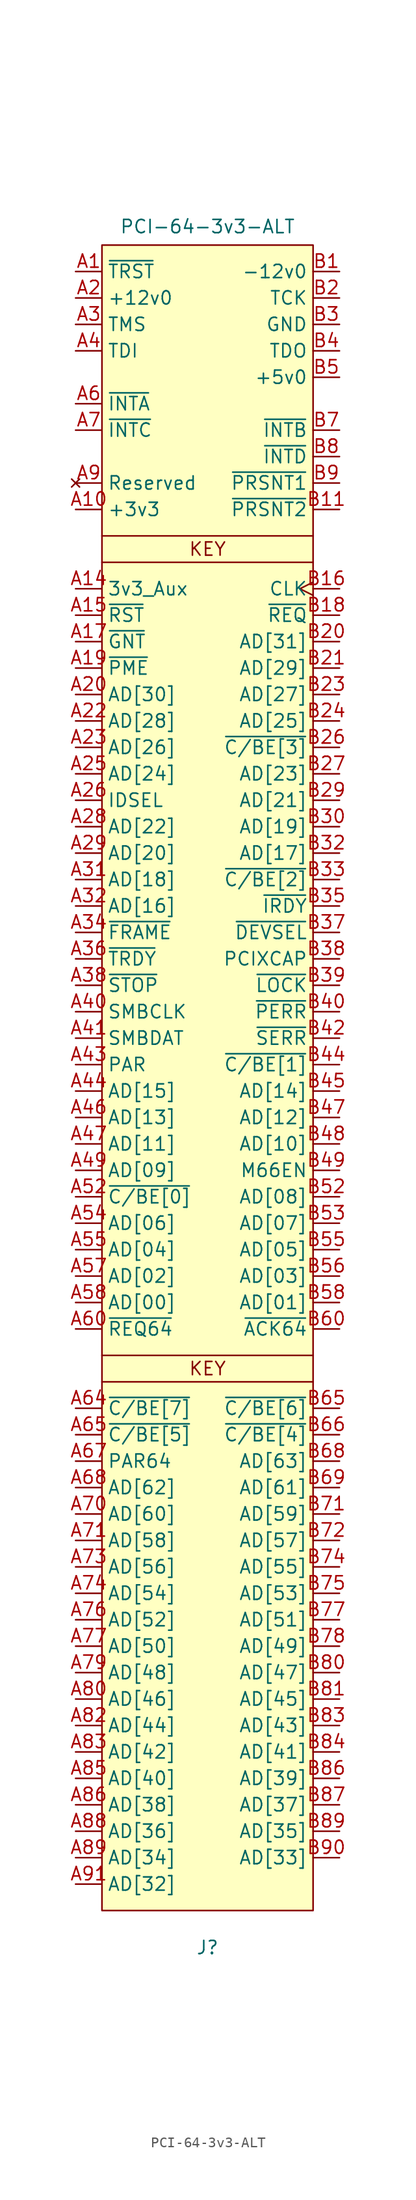
<source format=kicad_sym>
(kicad_symbol_lib
  (version 20241209)
  (generator "kicad_symbol_editor")
  (generator_version "9.0")
  (symbol "PCI-64-3v3-ALT"
    (property "Reference" "J"
      (at 0 -134.366 0)
      (effects (font (size 1.27 1.27))))
    (property "Value" "PCI-64-3v3-ALT"
      (at 0 30.988 0)
      (effects (font (size 1.27 1.27))))
    (symbol "PCI-64-3v3-ALT_1_1"
      (rectangle (start -10.16 29.21) (end 10.16 -130.81) (stroke (width 0) (type solid)) (fill (type background)))
      (polyline (pts (xy -10.16 1.27) (xy 10.16 1.27)) (stroke (width 0) (type default)) (fill (type none)))
      (polyline (pts (xy -10.16 -1.27) (xy 10.16 -1.27)) (stroke (width 0) (type default)) (fill (type none)))
      (polyline (pts (xy -10.16 -77.47) (xy 10.16 -77.47)) (stroke (width 0) (type default)) (fill (type none)))
      (polyline (pts (xy -10.16 -80.01) (xy 10.16 -80.01)) (stroke (width 0) (type default)) (fill (type none)))
      (text "KEY" (at 0 0 0) (effects (font (size 1.27 1.27))))
      (text "KEY" (at 0 -78.74 0) (effects (font (size 1.27 1.27))))
      (pin input line (at -12.7 26.67 0) (length 2.54) (name "~{TRST}" (effects (font (size 1.27 1.27)))) (number "A1" (effects (font (size 1.27 1.27)))))
      (pin power_in line (at -12.7 24.13 0) (length 2.54) (name "+12v0" (effects (font (size 1.27 1.27)))) (number "A2" (effects (font (size 1.27 1.27)))))
      (pin input line (at -12.7 21.59 0) (length 2.54) (name "TMS" (effects (font (size 1.27 1.27)))) (number "A3" (effects (font (size 1.27 1.27)))))
      (pin input line (at -12.7 19.05 0) (length 2.54) (name "TDI" (effects (font (size 1.27 1.27)))) (number "A4" (effects (font (size 1.27 1.27)))))
      (pin open_emitter line (at -12.7 13.97 0) (length 2.54) (name "~{INTA}" (effects (font (size 1.27 1.27)))) (number "A6" (effects (font (size 1.27 1.27)))))
      (pin open_emitter line (at -12.7 11.43 0) (length 2.54) (name "~{INTC}" (effects (font (size 1.27 1.27)))) (number "A7" (effects (font (size 1.27 1.27)))))
      (pin passive line (at -12.7 6.35 0) (length 2.54) (hide yes) (name "Reserved" (effects (font (size 1.27 1.27)))) (number "A11" (effects (font (size 1.27 1.27)))))
      (pin no_connect line (at -12.7 6.35 0) (length 2.54) (name "Reserved" (effects (font (size 1.27 1.27)))) (number "A9" (effects (font (size 1.27 1.27)))))
      (pin passive line (at -12.7 6.35 0) (length 2.54) (hide yes) (name "Reserved" (effects (font (size 1.27 1.27)))) (number "A92" (effects (font (size 1.27 1.27)))))
      (pin passive line (at -12.7 6.35 0) (length 2.54) (hide yes) (name "Reserved" (effects (font (size 1.27 1.27)))) (number "A94" (effects (font (size 1.27 1.27)))))
      (pin passive line (at -12.7 6.35 0) (length 2.54) (hide yes) (name "Reserved" (effects (font (size 1.27 1.27)))) (number "B10" (effects (font (size 1.27 1.27)))))
      (pin passive line (at -12.7 6.35 0) (length 2.54) (hide yes) (name "Reserved" (effects (font (size 1.27 1.27)))) (number "B14" (effects (font (size 1.27 1.27)))))
      (pin passive line (at -12.7 6.35 0) (length 2.54) (hide yes) (name "Reserved" (effects (font (size 1.27 1.27)))) (number "B63" (effects (font (size 1.27 1.27)))))
      (pin passive line (at -12.7 6.35 0) (length 2.54) (hide yes) (name "Reserved" (effects (font (size 1.27 1.27)))) (number "B92" (effects (font (size 1.27 1.27)))))
      (pin passive line (at -12.7 6.35 0) (length 2.54) (hide yes) (name "Reserved" (effects (font (size 1.27 1.27)))) (number "B93" (effects (font (size 1.27 1.27)))))
      (pin power_in line (at -12.7 3.81 0) (length 2.54) (name "+3v3" (effects (font (size 1.27 1.27)))) (number "A10" (effects (font (size 1.27 1.27)))))
      (pin passive line (at -12.7 3.81 0) (length 2.54) (hide yes) (name "+3v3" (effects (font (size 1.27 1.27)))) (number "A16" (effects (font (size 1.27 1.27)))))
      (pin passive line (at -12.7 3.81 0) (length 2.54) (hide yes) (name "+3v3" (effects (font (size 1.27 1.27)))) (number "A21" (effects (font (size 1.27 1.27)))))
      (pin passive line (at -12.7 3.81 0) (length 2.54) (hide yes) (name "+3v3" (effects (font (size 1.27 1.27)))) (number "A27" (effects (font (size 1.27 1.27)))))
      (pin passive line (at -12.7 3.81 0) (length 2.54) (hide yes) (name "+3v3" (effects (font (size 1.27 1.27)))) (number "A33" (effects (font (size 1.27 1.27)))))
      (pin passive line (at -12.7 3.81 0) (length 2.54) (hide yes) (name "+3v3" (effects (font (size 1.27 1.27)))) (number "A39" (effects (font (size 1.27 1.27)))))
      (pin passive line (at -12.7 3.81 0) (length 2.54) (hide yes) (name "+3v3" (effects (font (size 1.27 1.27)))) (number "A45" (effects (font (size 1.27 1.27)))))
      (pin passive line (at -12.7 3.81 0) (length 2.54) (hide yes) (name "+3v3" (effects (font (size 1.27 1.27)))) (number "A53" (effects (font (size 1.27 1.27)))))
      (pin passive line (at -12.7 3.81 0) (length 2.54) (hide yes) (name "+3v3" (effects (font (size 1.27 1.27)))) (number "A59" (effects (font (size 1.27 1.27)))))
      (pin passive line (at -12.7 3.81 0) (length 2.54) (hide yes) (name "+3v3" (effects (font (size 1.27 1.27)))) (number "A66" (effects (font (size 1.27 1.27)))))
      (pin passive line (at -12.7 3.81 0) (length 2.54) (hide yes) (name "+3v3" (effects (font (size 1.27 1.27)))) (number "A75" (effects (font (size 1.27 1.27)))))
      (pin passive line (at -12.7 3.81 0) (length 2.54) (hide yes) (name "+3v3" (effects (font (size 1.27 1.27)))) (number "A84" (effects (font (size 1.27 1.27)))))
      (pin passive line (at -12.7 3.81 0) (length 2.54) (hide yes) (name "+3v3" (effects (font (size 1.27 1.27)))) (number "B19" (effects (font (size 1.27 1.27)))))
      (pin passive line (at -12.7 3.81 0) (length 2.54) (hide yes) (name "+3v3" (effects (font (size 1.27 1.27)))) (number "B25" (effects (font (size 1.27 1.27)))))
      (pin passive line (at -12.7 3.81 0) (length 2.54) (hide yes) (name "+3v3" (effects (font (size 1.27 1.27)))) (number "B31" (effects (font (size 1.27 1.27)))))
      (pin passive line (at -12.7 3.81 0) (length 2.54) (hide yes) (name "+3v3" (effects (font (size 1.27 1.27)))) (number "B36" (effects (font (size 1.27 1.27)))))
      (pin passive line (at -12.7 3.81 0) (length 2.54) (hide yes) (name "+3v3" (effects (font (size 1.27 1.27)))) (number "B41" (effects (font (size 1.27 1.27)))))
      (pin passive line (at -12.7 3.81 0) (length 2.54) (hide yes) (name "+3v3" (effects (font (size 1.27 1.27)))) (number "B43" (effects (font (size 1.27 1.27)))))
      (pin passive line (at -12.7 3.81 0) (length 2.54) (hide yes) (name "+3v3" (effects (font (size 1.27 1.27)))) (number "B54" (effects (font (size 1.27 1.27)))))
      (pin passive line (at -12.7 3.81 0) (length 2.54) (hide yes) (name "+3v3" (effects (font (size 1.27 1.27)))) (number "B59" (effects (font (size 1.27 1.27)))))
      (pin passive line (at -12.7 3.81 0) (length 2.54) (hide yes) (name "+3v3" (effects (font (size 1.27 1.27)))) (number "B70" (effects (font (size 1.27 1.27)))))
      (pin passive line (at -12.7 3.81 0) (length 2.54) (hide yes) (name "+3v3" (effects (font (size 1.27 1.27)))) (number "B79" (effects (font (size 1.27 1.27)))))
      (pin passive line (at -12.7 3.81 0) (length 2.54) (hide yes) (name "+3v3" (effects (font (size 1.27 1.27)))) (number "B88" (effects (font (size 1.27 1.27)))))
      (pin power_in line (at -12.7 -3.81 0) (length 2.54) (name "3v3_Aux" (effects (font (size 1.27 1.27)))) (number "A14" (effects (font (size 1.27 1.27)))))
      (pin input line (at -12.7 -6.35 0) (length 2.54) (name "~{RST}" (effects (font (size 1.27 1.27)))) (number "A15" (effects (font (size 1.27 1.27)))))
      (pin tri_state line (at -12.7 -8.89 0) (length 2.54) (name "~{GNT}" (effects (font (size 1.27 1.27)))) (number "A17" (effects (font (size 1.27 1.27)))))
      (pin open_emitter line (at -12.7 -11.43 0) (length 2.54) (name "~{PME}" (effects (font (size 1.27 1.27)))) (number "A19" (effects (font (size 1.27 1.27)))))
      (pin tri_state line (at -12.7 -13.97 0) (length 2.54) (name "AD[30]" (effects (font (size 1.27 1.27)))) (number "A20" (effects (font (size 1.27 1.27)))))
      (pin tri_state line (at -12.7 -16.51 0) (length 2.54) (name "AD[28]" (effects (font (size 1.27 1.27)))) (number "A22" (effects (font (size 1.27 1.27)))))
      (pin tri_state line (at -12.7 -19.05 0) (length 2.54) (name "AD[26]" (effects (font (size 1.27 1.27)))) (number "A23" (effects (font (size 1.27 1.27)))))
      (pin tri_state line (at -12.7 -21.59 0) (length 2.54) (name "AD[24]" (effects (font (size 1.27 1.27)))) (number "A25" (effects (font (size 1.27 1.27)))))
      (pin input line (at -12.7 -24.13 0) (length 2.54) (name "IDSEL" (effects (font (size 1.27 1.27)))) (number "A26" (effects (font (size 1.27 1.27)))))
      (pin tri_state line (at -12.7 -26.67 0) (length 2.54) (name "AD[22]" (effects (font (size 1.27 1.27)))) (number "A28" (effects (font (size 1.27 1.27)))))
      (pin tri_state line (at -12.7 -29.21 0) (length 2.54) (name "AD[20]" (effects (font (size 1.27 1.27)))) (number "A29" (effects (font (size 1.27 1.27)))))
      (pin tri_state line (at -12.7 -31.75 0) (length 2.54) (name "AD[18]" (effects (font (size 1.27 1.27)))) (number "A31" (effects (font (size 1.27 1.27)))))
      (pin tri_state line (at -12.7 -34.29 0) (length 2.54) (name "AD[16]" (effects (font (size 1.27 1.27)))) (number "A32" (effects (font (size 1.27 1.27)))))
      (pin tri_state line (at -12.7 -36.83 0) (length 2.54) (name "~{FRAME}" (effects (font (size 1.27 1.27)))) (number "A34" (effects (font (size 1.27 1.27)))))
      (pin tri_state line (at -12.7 -39.37 0) (length 2.54) (name "~{TRDY}" (effects (font (size 1.27 1.27)))) (number "A36" (effects (font (size 1.27 1.27)))))
      (pin tri_state line (at -12.7 -41.91 0) (length 2.54) (name "~{STOP}" (effects (font (size 1.27 1.27)))) (number "A38" (effects (font (size 1.27 1.27)))))
      (pin open_emitter line (at -12.7 -44.45 0) (length 2.54) (name "SMBCLK" (effects (font (size 1.27 1.27)))) (number "A40" (effects (font (size 1.27 1.27)))))
      (pin open_emitter line (at -12.7 -46.99 0) (length 2.54) (name "SMBDAT" (effects (font (size 1.27 1.27)))) (number "A41" (effects (font (size 1.27 1.27)))))
      (pin tri_state line (at -12.7 -49.53 0) (length 2.54) (name "PAR" (effects (font (size 1.27 1.27)))) (number "A43" (effects (font (size 1.27 1.27)))))
      (pin tri_state line (at -12.7 -52.07 0) (length 2.54) (name "AD[15]" (effects (font (size 1.27 1.27)))) (number "A44" (effects (font (size 1.27 1.27)))))
      (pin tri_state line (at -12.7 -54.61 0) (length 2.54) (name "AD[13]" (effects (font (size 1.27 1.27)))) (number "A46" (effects (font (size 1.27 1.27)))))
      (pin tri_state line (at -12.7 -57.15 0) (length 2.54) (name "AD[11]" (effects (font (size 1.27 1.27)))) (number "A47" (effects (font (size 1.27 1.27)))))
      (pin tri_state line (at -12.7 -59.69 0) (length 2.54) (name "AD[09]" (effects (font (size 1.27 1.27)))) (number "A49" (effects (font (size 1.27 1.27)))))
      (pin tri_state line (at -12.7 -62.23 0) (length 2.54) (name "~{C/BE[0]}" (effects (font (size 1.27 1.27)))) (number "A52" (effects (font (size 1.27 1.27)))))
      (pin tri_state line (at -12.7 -64.77 0) (length 2.54) (name "AD[06]" (effects (font (size 1.27 1.27)))) (number "A54" (effects (font (size 1.27 1.27)))))
      (pin tri_state line (at -12.7 -67.31 0) (length 2.54) (name "AD[04]" (effects (font (size 1.27 1.27)))) (number "A55" (effects (font (size 1.27 1.27)))))
      (pin tri_state line (at -12.7 -69.85 0) (length 2.54) (name "AD[02]" (effects (font (size 1.27 1.27)))) (number "A57" (effects (font (size 1.27 1.27)))))
      (pin tri_state line (at -12.7 -72.39 0) (length 2.54) (name "AD[00]" (effects (font (size 1.27 1.27)))) (number "A58" (effects (font (size 1.27 1.27)))))
      (pin tri_state line (at -12.7 -74.93 0) (length 2.54) (name "~{REQ64}" (effects (font (size 1.27 1.27)))) (number "A60" (effects (font (size 1.27 1.27)))))
      (pin tri_state line (at -12.7 -82.55 0) (length 2.54) (name "~{C/BE[7]}" (effects (font (size 1.27 1.27)))) (number "A64" (effects (font (size 1.27 1.27)))))
      (pin tri_state line (at -12.7 -85.09 0) (length 2.54) (name "~{C/BE[5]}" (effects (font (size 1.27 1.27)))) (number "A65" (effects (font (size 1.27 1.27)))))
      (pin tri_state line (at -12.7 -87.63 0) (length 2.54) (name "PAR64" (effects (font (size 1.27 1.27)))) (number "A67" (effects (font (size 1.27 1.27)))))
      (pin tri_state line (at -12.7 -90.17 0) (length 2.54) (name "AD[62]" (effects (font (size 1.27 1.27)))) (number "A68" (effects (font (size 1.27 1.27)))))
      (pin tri_state line (at -12.7 -92.71 0) (length 2.54) (name "AD[60]" (effects (font (size 1.27 1.27)))) (number "A70" (effects (font (size 1.27 1.27)))))
      (pin tri_state line (at -12.7 -95.25 0) (length 2.54) (name "AD[58]" (effects (font (size 1.27 1.27)))) (number "A71" (effects (font (size 1.27 1.27)))))
      (pin tri_state line (at -12.7 -97.79 0) (length 2.54) (name "AD[56]" (effects (font (size 1.27 1.27)))) (number "A73" (effects (font (size 1.27 1.27)))))
      (pin tri_state line (at -12.7 -100.33 0) (length 2.54) (name "AD[54]" (effects (font (size 1.27 1.27)))) (number "A74" (effects (font (size 1.27 1.27)))))
      (pin tri_state line (at -12.7 -102.87 0) (length 2.54) (name "AD[52]" (effects (font (size 1.27 1.27)))) (number "A76" (effects (font (size 1.27 1.27)))))
      (pin tri_state line (at -12.7 -105.41 0) (length 2.54) (name "AD[50]" (effects (font (size 1.27 1.27)))) (number "A77" (effects (font (size 1.27 1.27)))))
      (pin tri_state line (at -12.7 -107.95 0) (length 2.54) (name "AD[48]" (effects (font (size 1.27 1.27)))) (number "A79" (effects (font (size 1.27 1.27)))))
      (pin tri_state line (at -12.7 -110.49 0) (length 2.54) (name "AD[46]" (effects (font (size 1.27 1.27)))) (number "A80" (effects (font (size 1.27 1.27)))))
      (pin tri_state line (at -12.7 -113.03 0) (length 2.54) (name "AD[44]" (effects (font (size 1.27 1.27)))) (number "A82" (effects (font (size 1.27 1.27)))))
      (pin tri_state line (at -12.7 -115.57 0) (length 2.54) (name "AD[42]" (effects (font (size 1.27 1.27)))) (number "A83" (effects (font (size 1.27 1.27)))))
      (pin tri_state line (at -12.7 -118.11 0) (length 2.54) (name "AD[40]" (effects (font (size 1.27 1.27)))) (number "A85" (effects (font (size 1.27 1.27)))))
      (pin tri_state line (at -12.7 -120.65 0) (length 2.54) (name "AD[38]" (effects (font (size 1.27 1.27)))) (number "A86" (effects (font (size 1.27 1.27)))))
      (pin tri_state line (at -12.7 -123.19 0) (length 2.54) (name "AD[36]" (effects (font (size 1.27 1.27)))) (number "A88" (effects (font (size 1.27 1.27)))))
      (pin tri_state line (at -12.7 -125.73 0) (length 2.54) (name "AD[34]" (effects (font (size 1.27 1.27)))) (number "A89" (effects (font (size 1.27 1.27)))))
      (pin tri_state line (at -12.7 -128.27 0) (length 2.54) (name "AD[32]" (effects (font (size 1.27 1.27)))) (number "A91" (effects (font (size 1.27 1.27)))))
      (pin power_in line (at 12.7 26.67 180) (length 2.54) (name "-12v0" (effects (font (size 1.27 1.27)))) (number "B1" (effects (font (size 1.27 1.27)))))
      (pin input line (at 12.7 24.13 180) (length 2.54) (name "TCK" (effects (font (size 1.27 1.27)))) (number "B2" (effects (font (size 1.27 1.27)))))
      (pin passive line (at 12.7 21.59 180) (length 2.54) (hide yes) (name "GND" (effects (font (size 1.27 1.27)))) (number "A18" (effects (font (size 1.27 1.27)))))
      (pin passive line (at 12.7 21.59 180) (length 2.54) (hide yes) (name "GND" (effects (font (size 1.27 1.27)))) (number "A24" (effects (font (size 1.27 1.27)))))
      (pin passive line (at 12.7 21.59 180) (length 2.54) (hide yes) (name "GND" (effects (font (size 1.27 1.27)))) (number "A30" (effects (font (size 1.27 1.27)))))
      (pin passive line (at 12.7 21.59 180) (length 2.54) (hide yes) (name "GND" (effects (font (size 1.27 1.27)))) (number "A35" (effects (font (size 1.27 1.27)))))
      (pin passive line (at 12.7 21.59 180) (length 2.54) (hide yes) (name "GND" (effects (font (size 1.27 1.27)))) (number "A37" (effects (font (size 1.27 1.27)))))
      (pin passive line (at 12.7 21.59 180) (length 2.54) (hide yes) (name "GND" (effects (font (size 1.27 1.27)))) (number "A42" (effects (font (size 1.27 1.27)))))
      (pin passive line (at 12.7 21.59 180) (length 2.54) (hide yes) (name "GND" (effects (font (size 1.27 1.27)))) (number "A48" (effects (font (size 1.27 1.27)))))
      (pin passive line (at 12.7 21.59 180) (length 2.54) (hide yes) (name "GND" (effects (font (size 1.27 1.27)))) (number "A50" (effects (font (size 1.27 1.27)))))
      (pin passive line (at 12.7 21.59 180) (length 2.54) (hide yes) (name "GND" (effects (font (size 1.27 1.27)))) (number "A51" (effects (font (size 1.27 1.27)))))
      (pin passive line (at 12.7 21.59 180) (length 2.54) (hide yes) (name "GND" (effects (font (size 1.27 1.27)))) (number "A56" (effects (font (size 1.27 1.27)))))
      (pin passive line (at 12.7 21.59 180) (length 2.54) (hide yes) (name "GND" (effects (font (size 1.27 1.27)))) (number "A63" (effects (font (size 1.27 1.27)))))
      (pin passive line (at 12.7 21.59 180) (length 2.54) (hide yes) (name "GND" (effects (font (size 1.27 1.27)))) (number "A69" (effects (font (size 1.27 1.27)))))
      (pin passive line (at 12.7 21.59 180) (length 2.54) (hide yes) (name "GND" (effects (font (size 1.27 1.27)))) (number "A72" (effects (font (size 1.27 1.27)))))
      (pin passive line (at 12.7 21.59 180) (length 2.54) (hide yes) (name "GND" (effects (font (size 1.27 1.27)))) (number "A78" (effects (font (size 1.27 1.27)))))
      (pin passive line (at 12.7 21.59 180) (length 2.54) (hide yes) (name "GND" (effects (font (size 1.27 1.27)))) (number "A81" (effects (font (size 1.27 1.27)))))
      (pin passive line (at 12.7 21.59 180) (length 2.54) (hide yes) (name "GND" (effects (font (size 1.27 1.27)))) (number "A87" (effects (font (size 1.27 1.27)))))
      (pin passive line (at 12.7 21.59 180) (length 2.54) (hide yes) (name "GND" (effects (font (size 1.27 1.27)))) (number "A90" (effects (font (size 1.27 1.27)))))
      (pin passive line (at 12.7 21.59 180) (length 2.54) (hide yes) (name "GND" (effects (font (size 1.27 1.27)))) (number "A93" (effects (font (size 1.27 1.27)))))
      (pin passive line (at 12.7 21.59 180) (length 2.54) (hide yes) (name "GND" (effects (font (size 1.27 1.27)))) (number "B15" (effects (font (size 1.27 1.27)))))
      (pin passive line (at 12.7 21.59 180) (length 2.54) (hide yes) (name "GND" (effects (font (size 1.27 1.27)))) (number "B17" (effects (font (size 1.27 1.27)))))
      (pin passive line (at 12.7 21.59 180) (length 2.54) (hide yes) (name "GND" (effects (font (size 1.27 1.27)))) (number "B22" (effects (font (size 1.27 1.27)))))
      (pin passive line (at 12.7 21.59 180) (length 2.54) (hide yes) (name "GND" (effects (font (size 1.27 1.27)))) (number "B28" (effects (font (size 1.27 1.27)))))
      (pin power_in line (at 12.7 21.59 180) (length 2.54) (name "GND" (effects (font (size 1.27 1.27)))) (number "B3" (effects (font (size 1.27 1.27)))))
      (pin passive line (at 12.7 21.59 180) (length 2.54) (hide yes) (name "GND" (effects (font (size 1.27 1.27)))) (number "B34" (effects (font (size 1.27 1.27)))))
      (pin passive line (at 12.7 21.59 180) (length 2.54) (hide yes) (name "GND" (effects (font (size 1.27 1.27)))) (number "B46" (effects (font (size 1.27 1.27)))))
      (pin passive line (at 12.7 21.59 180) (length 2.54) (hide yes) (name "GND" (effects (font (size 1.27 1.27)))) (number "B50" (effects (font (size 1.27 1.27)))))
      (pin passive line (at 12.7 21.59 180) (length 2.54) (hide yes) (name "GND" (effects (font (size 1.27 1.27)))) (number "B51" (effects (font (size 1.27 1.27)))))
      (pin passive line (at 12.7 21.59 180) (length 2.54) (hide yes) (name "GND" (effects (font (size 1.27 1.27)))) (number "B57" (effects (font (size 1.27 1.27)))))
      (pin passive line (at 12.7 21.59 180) (length 2.54) (hide yes) (name "GND" (effects (font (size 1.27 1.27)))) (number "B64" (effects (font (size 1.27 1.27)))))
      (pin passive line (at 12.7 21.59 180) (length 2.54) (hide yes) (name "GND" (effects (font (size 1.27 1.27)))) (number "B67" (effects (font (size 1.27 1.27)))))
      (pin passive line (at 12.7 21.59 180) (length 2.54) (hide yes) (name "GND" (effects (font (size 1.27 1.27)))) (number "B73" (effects (font (size 1.27 1.27)))))
      (pin passive line (at 12.7 21.59 180) (length 2.54) (hide yes) (name "GND" (effects (font (size 1.27 1.27)))) (number "B76" (effects (font (size 1.27 1.27)))))
      (pin passive line (at 12.7 21.59 180) (length 2.54) (hide yes) (name "GND" (effects (font (size 1.27 1.27)))) (number "B82" (effects (font (size 1.27 1.27)))))
      (pin passive line (at 12.7 21.59 180) (length 2.54) (hide yes) (name "GND" (effects (font (size 1.27 1.27)))) (number "B85" (effects (font (size 1.27 1.27)))))
      (pin passive line (at 12.7 21.59 180) (length 2.54) (hide yes) (name "GND" (effects (font (size 1.27 1.27)))) (number "B91" (effects (font (size 1.27 1.27)))))
      (pin passive line (at 12.7 21.59 180) (length 2.54) (hide yes) (name "GND" (effects (font (size 1.27 1.27)))) (number "B94" (effects (font (size 1.27 1.27)))))
      (pin output line (at 12.7 19.05 180) (length 2.54) (name "TDO" (effects (font (size 1.27 1.27)))) (number "B4" (effects (font (size 1.27 1.27)))))
      (pin passive line (at 12.7 16.51 180) (length 2.54) (hide yes) (name "+5v0" (effects (font (size 1.27 1.27)))) (number "A5" (effects (font (size 1.27 1.27)))))
      (pin passive line (at 12.7 16.51 180) (length 2.54) (hide yes) (name "+5v0" (effects (font (size 1.27 1.27)))) (number "A61" (effects (font (size 1.27 1.27)))))
      (pin passive line (at 12.7 16.51 180) (length 2.54) (hide yes) (name "+5v0" (effects (font (size 1.27 1.27)))) (number "A62" (effects (font (size 1.27 1.27)))))
      (pin passive line (at 12.7 16.51 180) (length 2.54) (hide yes) (name "+5v0" (effects (font (size 1.27 1.27)))) (number "A8" (effects (font (size 1.27 1.27)))))
      (pin power_in line (at 12.7 16.51 180) (length 2.54) (name "+5v0" (effects (font (size 1.27 1.27)))) (number "B5" (effects (font (size 1.27 1.27)))))
      (pin passive line (at 12.7 16.51 180) (length 2.54) (hide yes) (name "+5v0" (effects (font (size 1.27 1.27)))) (number "B6" (effects (font (size 1.27 1.27)))))
      (pin passive line (at 12.7 16.51 180) (length 2.54) (hide yes) (name "+5v0" (effects (font (size 1.27 1.27)))) (number "B61" (effects (font (size 1.27 1.27)))))
      (pin passive line (at 12.7 16.51 180) (length 2.54) (hide yes) (name "+5v0" (effects (font (size 1.27 1.27)))) (number "B62" (effects (font (size 1.27 1.27)))))
      (pin open_emitter line (at 12.7 11.43 180) (length 2.54) (name "~{INTB}" (effects (font (size 1.27 1.27)))) (number "B7" (effects (font (size 1.27 1.27)))))
      (pin open_emitter line (at 12.7 8.89 180) (length 2.54) (name "~{INTD}" (effects (font (size 1.27 1.27)))) (number "B8" (effects (font (size 1.27 1.27)))))
      (pin input line (at 12.7 6.35 180) (length 2.54) (name "~{PRSNT1}" (effects (font (size 1.27 1.27)))) (number "B9" (effects (font (size 1.27 1.27)))))
      (pin input line (at 12.7 3.81 180) (length 2.54) (name "~{PRSNT2}" (effects (font (size 1.27 1.27)))) (number "B11" (effects (font (size 1.27 1.27)))))
      (pin input clock (at 12.7 -3.81 180) (length 2.54) (name "CLK" (effects (font (size 1.27 1.27)))) (number "B16" (effects (font (size 1.27 1.27)))))
      (pin tri_state line (at 12.7 -6.35 180) (length 2.54) (name "~{REQ}" (effects (font (size 1.27 1.27)))) (number "B18" (effects (font (size 1.27 1.27)))))
      (pin tri_state line (at 12.7 -8.89 180) (length 2.54) (name "AD[31]" (effects (font (size 1.27 1.27)))) (number "B20" (effects (font (size 1.27 1.27)))))
      (pin tri_state line (at 12.7 -11.43 180) (length 2.54) (name "AD[29]" (effects (font (size 1.27 1.27)))) (number "B21" (effects (font (size 1.27 1.27)))))
      (pin tri_state line (at 12.7 -13.97 180) (length 2.54) (name "AD[27]" (effects (font (size 1.27 1.27)))) (number "B23" (effects (font (size 1.27 1.27)))))
      (pin tri_state line (at 12.7 -16.51 180) (length 2.54) (name "AD[25]" (effects (font (size 1.27 1.27)))) (number "B24" (effects (font (size 1.27 1.27)))))
      (pin tri_state line (at 12.7 -19.05 180) (length 2.54) (name "~{C/BE[3]}" (effects (font (size 1.27 1.27)))) (number "B26" (effects (font (size 1.27 1.27)))))
      (pin tri_state line (at 12.7 -21.59 180) (length 2.54) (name "AD[23]" (effects (font (size 1.27 1.27)))) (number "B27" (effects (font (size 1.27 1.27)))))
      (pin tri_state line (at 12.7 -24.13 180) (length 2.54) (name "AD[21]" (effects (font (size 1.27 1.27)))) (number "B29" (effects (font (size 1.27 1.27)))))
      (pin tri_state line (at 12.7 -26.67 180) (length 2.54) (name "AD[19]" (effects (font (size 1.27 1.27)))) (number "B30" (effects (font (size 1.27 1.27)))))
      (pin tri_state line (at 12.7 -29.21 180) (length 2.54) (name "AD[17]" (effects (font (size 1.27 1.27)))) (number "B32" (effects (font (size 1.27 1.27)))))
      (pin tri_state line (at 12.7 -31.75 180) (length 2.54) (name "~{C/BE[2]}" (effects (font (size 1.27 1.27)))) (number "B33" (effects (font (size 1.27 1.27)))))
      (pin tri_state line (at 12.7 -34.29 180) (length 2.54) (name "~{IRDY}" (effects (font (size 1.27 1.27)))) (number "B35" (effects (font (size 1.27 1.27)))))
      (pin tri_state line (at 12.7 -36.83 180) (length 2.54) (name "~{DEVSEL}" (effects (font (size 1.27 1.27)))) (number "B37" (effects (font (size 1.27 1.27)))))
      (pin passive line (at 12.7 -39.37 180) (length 2.54) (name "PCIXCAP" (effects (font (size 1.27 1.27)))) (number "B38" (effects (font (size 1.27 1.27)))))
      (pin tri_state line (at 12.7 -41.91 180) (length 2.54) (name "~{LOCK}" (effects (font (size 1.27 1.27)))) (number "B39" (effects (font (size 1.27 1.27)))))
      (pin tri_state line (at 12.7 -44.45 180) (length 2.54) (name "~{PERR}" (effects (font (size 1.27 1.27)))) (number "B40" (effects (font (size 1.27 1.27)))))
      (pin open_emitter line (at 12.7 -46.99 180) (length 2.54) (name "~{SERR}" (effects (font (size 1.27 1.27)))) (number "B42" (effects (font (size 1.27 1.27)))))
      (pin tri_state line (at 12.7 -49.53 180) (length 2.54) (name "~{C/BE[1]}" (effects (font (size 1.27 1.27)))) (number "B44" (effects (font (size 1.27 1.27)))))
      (pin tri_state line (at 12.7 -52.07 180) (length 2.54) (name "AD[14]" (effects (font (size 1.27 1.27)))) (number "B45" (effects (font (size 1.27 1.27)))))
      (pin tri_state line (at 12.7 -54.61 180) (length 2.54) (name "AD[12]" (effects (font (size 1.27 1.27)))) (number "B47" (effects (font (size 1.27 1.27)))))
      (pin tri_state line (at 12.7 -57.15 180) (length 2.54) (name "AD[10]" (effects (font (size 1.27 1.27)))) (number "B48" (effects (font (size 1.27 1.27)))))
      (pin input line (at 12.7 -59.69 180) (length 2.54) (name "M66EN" (effects (font (size 1.27 1.27)))) (number "B49" (effects (font (size 1.27 1.27)))))
      (pin tri_state line (at 12.7 -62.23 180) (length 2.54) (name "AD[08]" (effects (font (size 1.27 1.27)))) (number "B52" (effects (font (size 1.27 1.27)))))
      (pin tri_state line (at 12.7 -64.77 180) (length 2.54) (name "AD[07]" (effects (font (size 1.27 1.27)))) (number "B53" (effects (font (size 1.27 1.27)))))
      (pin tri_state line (at 12.7 -67.31 180) (length 2.54) (name "AD[05]" (effects (font (size 1.27 1.27)))) (number "B55" (effects (font (size 1.27 1.27)))))
      (pin tri_state line (at 12.7 -69.85 180) (length 2.54) (name "AD[03]" (effects (font (size 1.27 1.27)))) (number "B56" (effects (font (size 1.27 1.27)))))
      (pin tri_state line (at 12.7 -72.39 180) (length 2.54) (name "AD[01]" (effects (font (size 1.27 1.27)))) (number "B58" (effects (font (size 1.27 1.27)))))
      (pin tri_state line (at 12.7 -74.93 180) (length 2.54) (name "~{ACK64}" (effects (font (size 1.27 1.27)))) (number "B60" (effects (font (size 1.27 1.27)))))
      (pin tri_state line (at 12.7 -82.55 180) (length 2.54) (name "~{C/BE[6]}" (effects (font (size 1.27 1.27)))) (number "B65" (effects (font (size 1.27 1.27)))))
      (pin tri_state line (at 12.7 -85.09 180) (length 2.54) (name "~{C/BE[4]}" (effects (font (size 1.27 1.27)))) (number "B66" (effects (font (size 1.27 1.27)))))
      (pin tri_state line (at 12.7 -87.63 180) (length 2.54) (name "AD[63]" (effects (font (size 1.27 1.27)))) (number "B68" (effects (font (size 1.27 1.27)))))
      (pin tri_state line (at 12.7 -90.17 180) (length 2.54) (name "AD[61]" (effects (font (size 1.27 1.27)))) (number "B69" (effects (font (size 1.27 1.27)))))
      (pin tri_state line (at 12.7 -92.71 180) (length 2.54) (name "AD[59]" (effects (font (size 1.27 1.27)))) (number "B71" (effects (font (size 1.27 1.27)))))
      (pin tri_state line (at 12.7 -95.25 180) (length 2.54) (name "AD[57]" (effects (font (size 1.27 1.27)))) (number "B72" (effects (font (size 1.27 1.27)))))
      (pin tri_state line (at 12.7 -97.79 180) (length 2.54) (name "AD[55]" (effects (font (size 1.27 1.27)))) (number "B74" (effects (font (size 1.27 1.27)))))
      (pin tri_state line (at 12.7 -100.33 180) (length 2.54) (name "AD[53]" (effects (font (size 1.27 1.27)))) (number "B75" (effects (font (size 1.27 1.27)))))
      (pin tri_state line (at 12.7 -102.87 180) (length 2.54) (name "AD[51]" (effects (font (size 1.27 1.27)))) (number "B77" (effects (font (size 1.27 1.27)))))
      (pin tri_state line (at 12.7 -105.41 180) (length 2.54) (name "AD[49]" (effects (font (size 1.27 1.27)))) (number "B78" (effects (font (size 1.27 1.27)))))
      (pin tri_state line (at 12.7 -107.95 180) (length 2.54) (name "AD[47]" (effects (font (size 1.27 1.27)))) (number "B80" (effects (font (size 1.27 1.27)))))
      (pin tri_state line (at 12.7 -110.49 180) (length 2.54) (name "AD[45]" (effects (font (size 1.27 1.27)))) (number "B81" (effects (font (size 1.27 1.27)))))
      (pin tri_state line (at 12.7 -113.03 180) (length 2.54) (name "AD[43]" (effects (font (size 1.27 1.27)))) (number "B83" (effects (font (size 1.27 1.27)))))
      (pin tri_state line (at 12.7 -115.57 180) (length 2.54) (name "AD[41]" (effects (font (size 1.27 1.27)))) (number "B84" (effects (font (size 1.27 1.27)))))
      (pin tri_state line (at 12.7 -118.11 180) (length 2.54) (name "AD[39]" (effects (font (size 1.27 1.27)))) (number "B86" (effects (font (size 1.27 1.27)))))
      (pin tri_state line (at 12.7 -120.65 180) (length 2.54) (name "AD[37]" (effects (font (size 1.27 1.27)))) (number "B87" (effects (font (size 1.27 1.27)))))
      (pin tri_state line (at 12.7 -123.19 180) (length 2.54) (name "AD[35]" (effects (font (size 1.27 1.27)))) (number "B89" (effects (font (size 1.27 1.27)))))
      (pin tri_state line (at 12.7 -125.73 180) (length 2.54) (name "AD[33]" (effects (font (size 1.27 1.27)))) (number "B90" (effects (font (size 1.27 1.27))))))))
</source>
